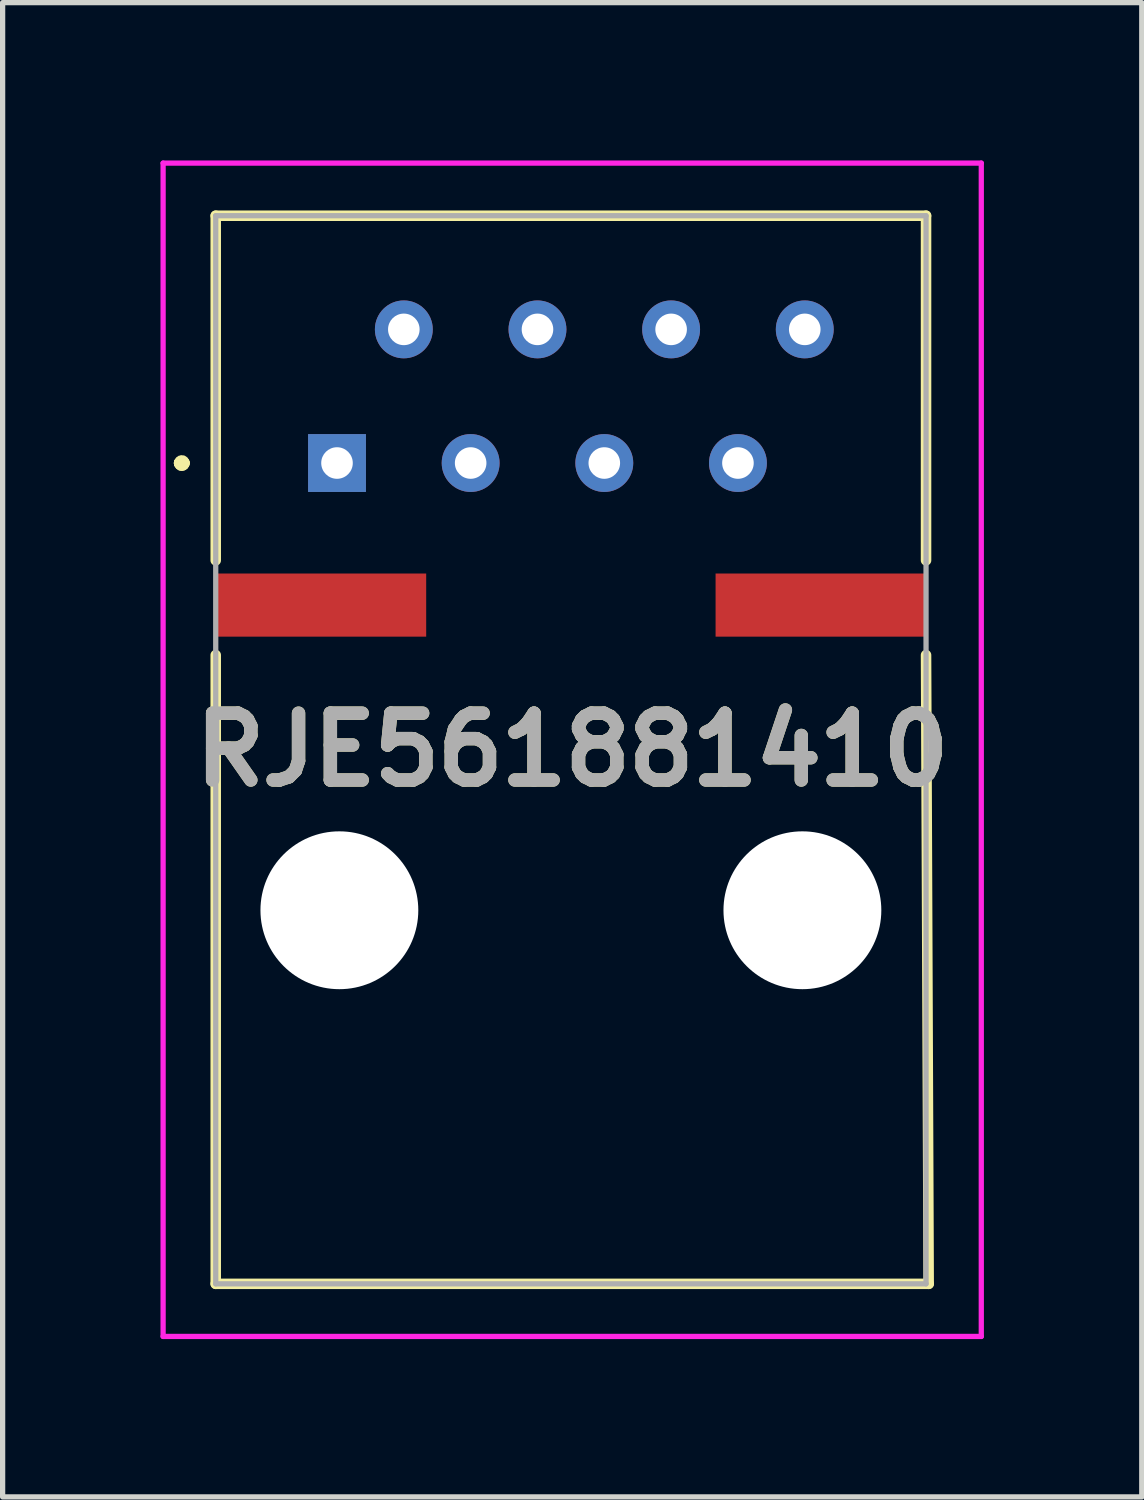
<source format=kicad_pcb>
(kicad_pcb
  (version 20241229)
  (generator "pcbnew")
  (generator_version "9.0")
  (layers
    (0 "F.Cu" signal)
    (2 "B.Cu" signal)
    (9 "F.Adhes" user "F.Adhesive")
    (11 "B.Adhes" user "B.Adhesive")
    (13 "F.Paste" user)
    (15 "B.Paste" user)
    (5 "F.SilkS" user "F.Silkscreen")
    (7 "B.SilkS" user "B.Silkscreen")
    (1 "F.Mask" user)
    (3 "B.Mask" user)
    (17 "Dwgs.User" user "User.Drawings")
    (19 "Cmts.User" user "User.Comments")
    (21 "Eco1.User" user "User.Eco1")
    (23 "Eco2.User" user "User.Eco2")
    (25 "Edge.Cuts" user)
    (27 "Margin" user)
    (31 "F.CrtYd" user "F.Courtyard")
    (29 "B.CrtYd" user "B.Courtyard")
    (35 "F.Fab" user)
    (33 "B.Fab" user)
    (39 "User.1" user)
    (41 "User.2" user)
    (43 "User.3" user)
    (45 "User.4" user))
  (footprint "RJE561881410"
    (layer "F.Cu")
    (at 3.355 5.75)
    (property "Reference" "RJE561881410" (at 4.47 5.45 0) (layer "F.SilkS") (effects (font (size 1.27 1.27) (thickness 0.254))))
    (attr through_hole)
    (fp_line (start -3 0) (end -3 0) (stroke (width 0.2) (type solid)) (layer "F.SilkS"))
    (fp_line (start -3 0) (end -3 0) (stroke (width 0.2) (type solid)) (layer "F.SilkS"))
    (fp_line (start -2.9 0) (end -2.9 0) (stroke (width 0.2) (type solid)) (layer "F.SilkS"))
    (fp_line (start -2.305 -4.7) (end 11.195 -4.7) (stroke (width 0.2) (type solid)) (layer "F.SilkS"))
    (fp_line (start -2.305 1.85) (end -2.305 -4.7) (stroke (width 0.2) (type solid)) (layer "F.SilkS"))
    (fp_line (start -2.305 15.6) (end -2.305 3.65) (stroke (width 0.2) (type solid)) (layer "F.SilkS"))
    (fp_line (start 11.195 -4.7) (end 11.195 1.85) (stroke (width 0.2) (type solid)) (layer "F.SilkS"))
    (fp_line (start 11.195 3.65) (end 11.245 15.6) (stroke (width 0.2) (type solid)) (layer "F.SilkS"))
    (fp_line (start 11.245 15.6) (end -2.305 15.6) (stroke (width 0.2) (type solid)) (layer "F.SilkS"))
    (fp_arc (start -3 0) (mid -2.95 -0.05) (end -2.9 0) (stroke (width 0.2) (type solid)) (layer "F.SilkS"))
    (fp_arc (start -2.9 0) (mid -2.95 0.05) (end -3 0) (stroke (width 0.2) (type solid)) (layer "F.SilkS"))
    (fp_arc (start -2.9 0) (mid -2.95 0.05) (end -3 0) (stroke (width 0.2) (type solid)) (layer "F.SilkS"))
    (fp_line (start -3.305 -5.7) (end 12.245 -5.7) (stroke (width 0.1) (type solid)) (layer "F.CrtYd"))
    (fp_line (start -3.305 16.6) (end -3.305 -5.7) (stroke (width 0.1) (type solid)) (layer "F.CrtYd"))
    (fp_line (start 12.245 -5.7) (end 12.245 16.6) (stroke (width 0.1) (type solid)) (layer "F.CrtYd"))
    (fp_line (start 12.245 16.6) (end -3.305 16.6) (stroke (width 0.1) (type solid)) (layer "F.CrtYd"))
    (fp_line (start -2.305 -4.7) (end -2.305 15.6) (stroke (width 0.1) (type solid)) (layer "F.Fab"))
    (fp_line (start -2.305 15.6) (end 11.195 15.6) (stroke (width 0.1) (type solid)) (layer "F.Fab"))
    (fp_line (start 11.195 -4.7) (end -2.305 -4.7) (stroke (width 0.1) (type solid)) (layer "F.Fab"))
    (fp_line (start 11.195 15.6) (end 11.195 -4.7) (stroke (width 0.1) (type solid)) (layer "F.Fab"))
    (fp_text user "${REFERENCE}" (at 4.47 5.45 0) (layer "F.Fab") (effects (font (size 1.27 1.27) (thickness 0.254))))
    (pad "" np_thru_hole circle (at 0.045 8.5) (size 3 3) (drill 3) (layers "*.Cu" "*.Mask"))
    (pad "" np_thru_hole circle (at 8.845 8.5) (size 3 3) (drill 3) (layers "*.Cu" "*.Mask"))
    (pad "1" thru_hole rect (at 0 0) (size 1.1 1.1) (drill 0.6) (layers "*.Cu" "*.Mask"))
    (pad "2" thru_hole circle (at 1.27 -2.54) (size 1.1 1.1) (drill 0.6) (layers "*.Cu" "*.Mask"))
    (pad "3" thru_hole circle (at 2.54 0) (size 1.1 1.1) (drill 0.6) (layers "*.Cu" "*.Mask"))
    (pad "4" thru_hole circle (at 3.81 -2.54) (size 1.1 1.1) (drill 0.6) (layers "*.Cu" "*.Mask"))
    (pad "5" thru_hole circle (at 5.08 0) (size 1.1 1.1) (drill 0.6) (layers "*.Cu" "*.Mask"))
    (pad "6" thru_hole circle (at 6.35 -2.54) (size 1.1 1.1) (drill 0.6) (layers "*.Cu" "*.Mask"))
    (pad "7" thru_hole circle (at 7.62 0) (size 1.1 1.1) (drill 0.6) (layers "*.Cu" "*.Mask"))
    (pad "8" thru_hole circle (at 8.89 -2.54) (size 1.1 1.1) (drill 0.6) (layers "*.Cu" "*.Mask"))
    (pad "G1" smd rect (at -0.305 2.7 90) (size 1.2 4) (layers "F.Cu" "F.Mask" "F.Paste"))
    (pad "G2" smd rect (at 9.195 2.7 90) (size 1.2 4) (layers "F.Cu" "F.Mask" "F.Paste")))
  (gr_rect
    (start -3 -3)
    (end 18.65 25.4)
    (stroke (width 0.1) (type default))
    (fill no)
    (layer "Edge.Cuts")))
</source>
